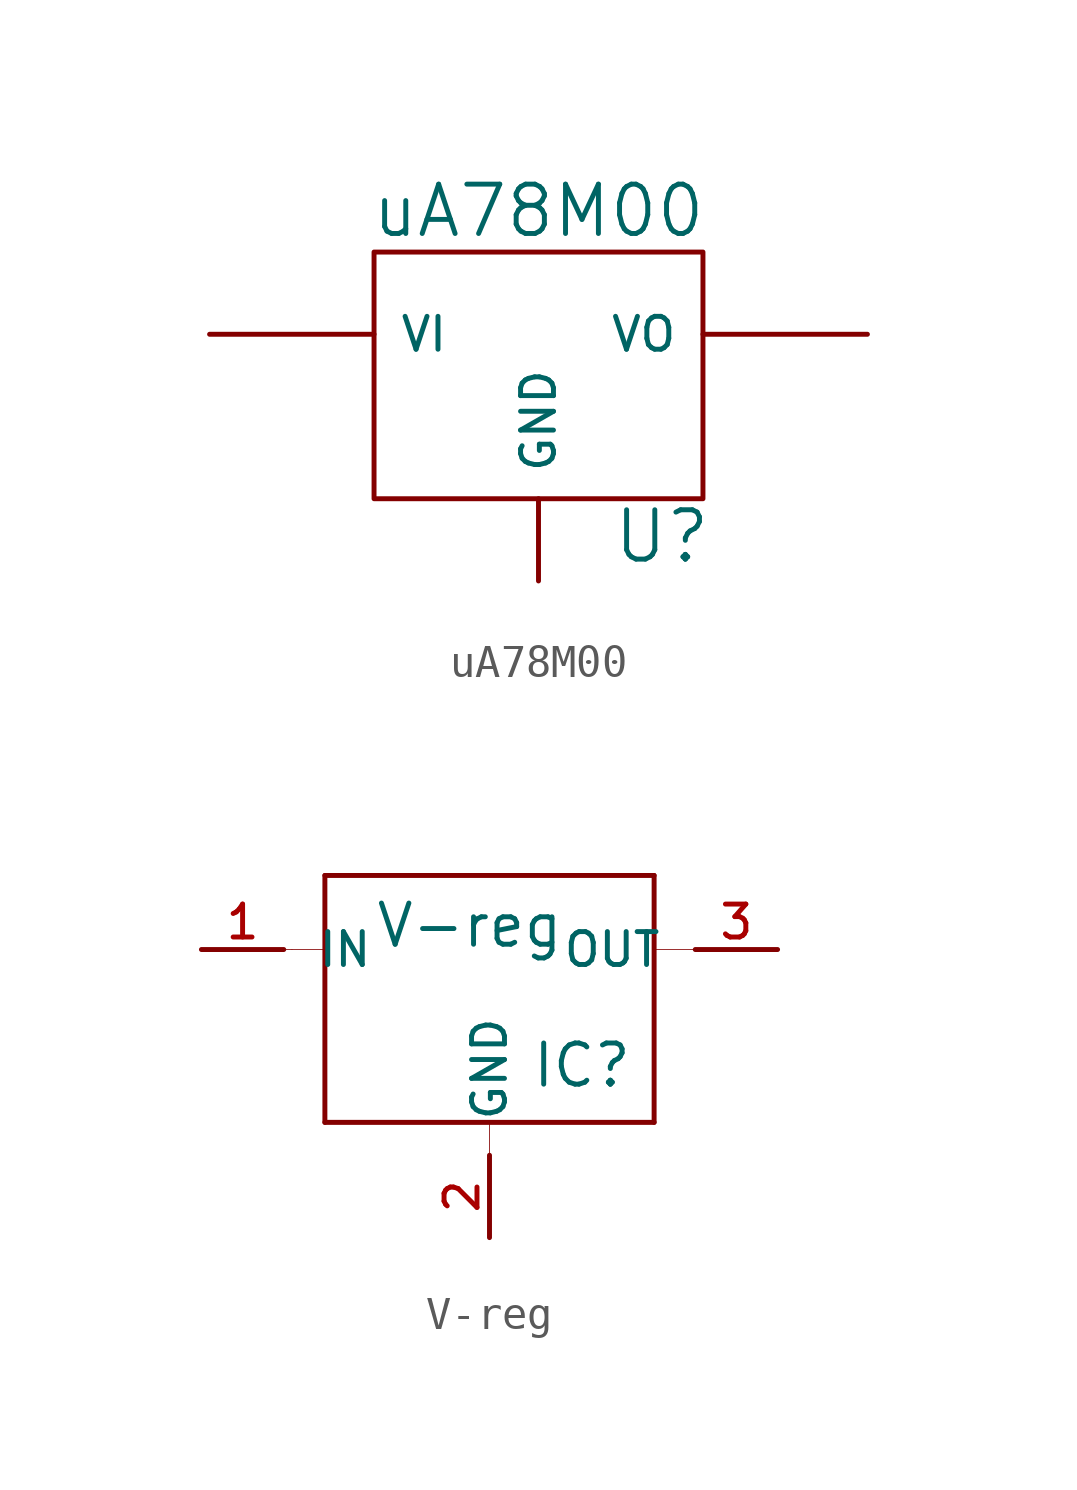
<source format=kicad_sym>
(kicad_symbol_lib
  (version 20211014)
  (generator kicad_symbol_editor)
  (symbol "uA78M00"
    (pin_numbers hide)
    (pin_names
      (offset 0.762))
    (property "Reference" "U"
      (at 3.81 -4.978 0)
      (effects (font (size 1.524 1.524))))
    (property "Value" "uA78M00"
      (at 0 5.08 0)
      (effects (font (size 1.524 1.524))))
    (property "Footprint" ""
      (at 0 0 0)
      (effects (font (size 1.524 1.524))))
    (property "Datasheet" ""
      (at 0 0 0)
      (effects (font (size 1.524 1.524))))
    (symbol "uA78M00_0_1"
      (rectangle (start -5.08 -3.81) (end 5.08 3.81) (stroke (width 0) (type default) (color 0 0 0 0)) (fill (type none))))
    (symbol "uA78M00_1_1"
      (pin power_out line (at 10.16 1.27 180) (length 5.08) (name "VO" (effects (font (size 1.016 1.016)))) (number "1" (effects (font (size 1.016 1.016)))))
      (pin input line (at 0 -6.35 90) (length 2.54) (name "GND" (effects (font (size 1.016 1.016)))) (number "2" (effects (font (size 1.016 1.016)))))
      (pin input line (at -10.16 1.27 0) (length 5.08) (name "VI" (effects (font (size 1.016 1.016)))) (number "3" (effects (font (size 1.016 1.016)))))))
  (symbol "V-reg"
    (pin_names
      (offset 1.016))
    (property "Reference" "IC"
      (at 2.54 -3.048 0)
      (effects (font (size 1.27 1.27)) (justify left bottom)))
    (property "Value" "V-reg"
      (at -2.286 1.27 0)
      (effects (font (size 1.27 1.27)) (justify left bottom)))
    (property "Datasheet" ""
      (at 0 0 0)
      (effects (font (size 1.524 1.524))))
    (symbol "V-reg_0_1"
      (polyline (pts (xy -3.81 1.27) (xy -4.826 1.27)) (stroke (width 0.025) (type default) (color 0 0 0 0)) (fill (type none)))
      (polyline (pts (xy 7.874 1.27) (xy 6.35 1.27)) (stroke (width 0.025) (type default) (color 0 0 0 0)) (fill (type none)))
      (polyline (pts (xy -4.826 1.27) (xy -5.08 1.27) (xy -4.826 1.27)) (stroke (width 0.025) (type default) (color 0 0 0 0)) (fill (type none)))
      (polyline (pts (xy 1.27 -5.08) (xy 1.27 -4.064) (xy 1.27 -4.064)) (stroke (width 0.025) (type default) (color 0 0 0 0)) (fill (type none))))
    (symbol "V-reg_1_0"
      (polyline (pts (xy -3.81 -4.064) (xy 6.35 -4.064)) (stroke (width 0) (type default) (color 0 0 0 0)) (fill (type none)))
      (polyline (pts (xy -3.81 3.556) (xy -3.81 -4.064)) (stroke (width 0) (type default) (color 0 0 0 0)) (fill (type none)))
      (polyline (pts (xy 6.35 -4.064) (xy 6.35 3.556)) (stroke (width 0) (type default) (color 0 0 0 0)) (fill (type none)))
      (polyline (pts (xy 6.35 3.556) (xy -3.81 3.556)) (stroke (width 0) (type default) (color 0 0 0 0)) (fill (type none))))
    (symbol "V-reg_1_1"
      (pin input line (at -7.62 1.27 0) (length 2.54) (name "IN" (effects (font (size 1.016 1.016)))) (number "1" (effects (font (size 1.016 1.016)))))
      (pin input line (at 1.27 -7.62 90) (length 2.54) (name "GND" (effects (font (size 1.016 1.016)))) (number "2" (effects (font (size 1.016 1.016)))))
      (pin passive line (at 10.16 1.27 180) (length 2.54) (name "OUT" (effects (font (size 1.016 1.016)))) (number "3" (effects (font (size 1.016 1.016))))))))
</source>
